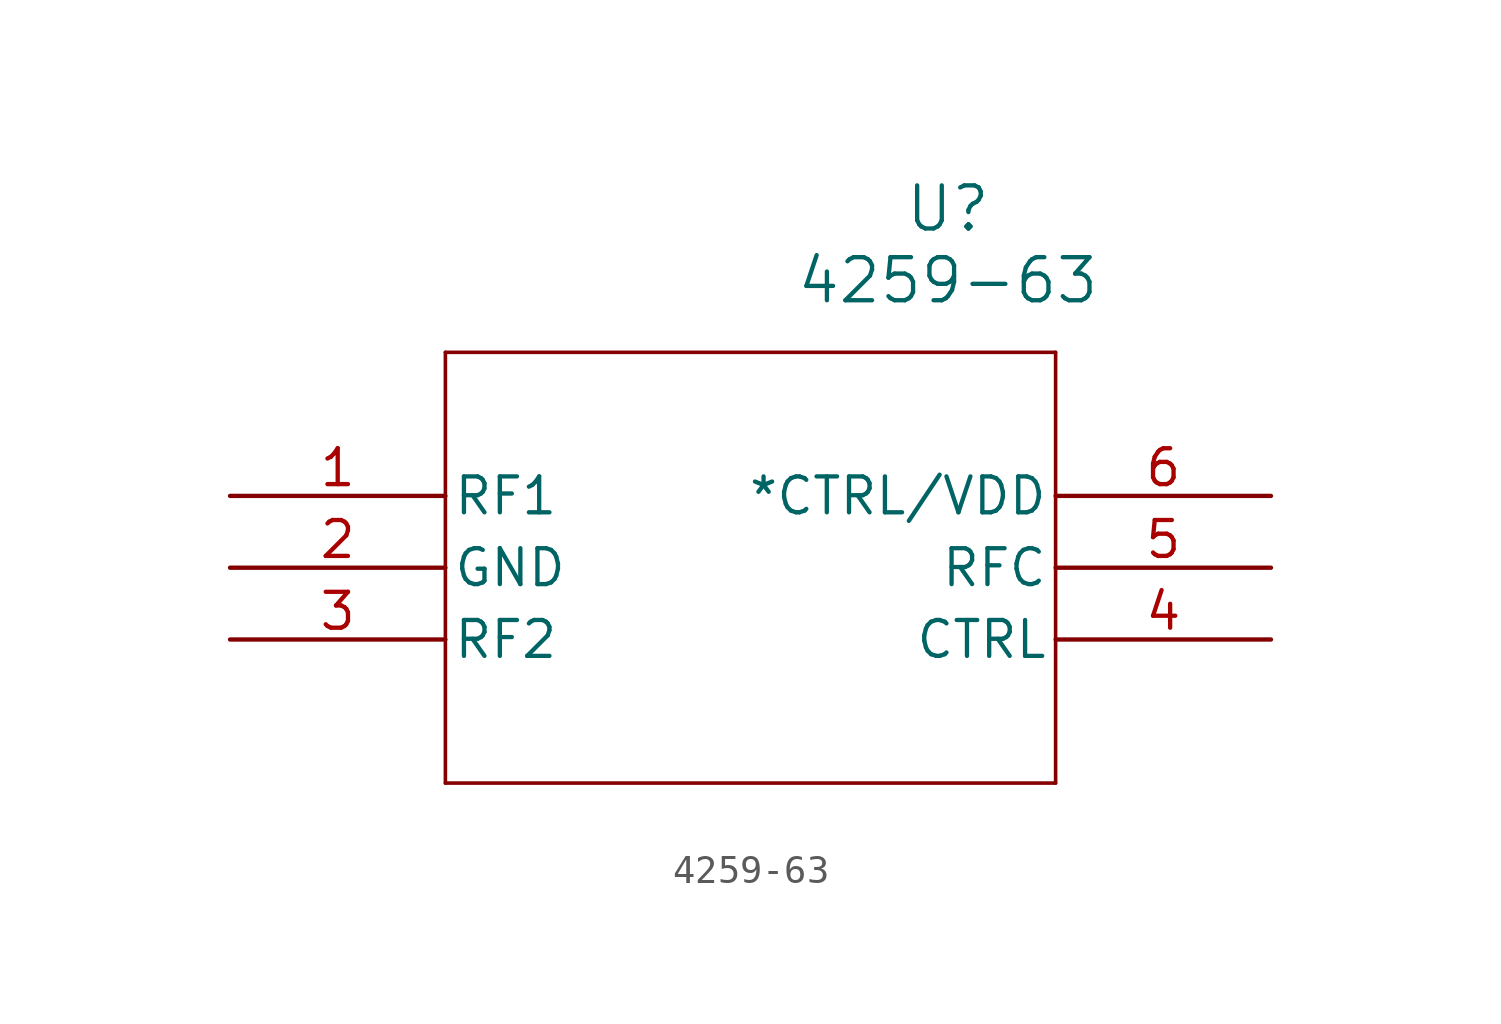
<source format=kicad_sym>
(kicad_symbol_lib
  (version 20241209)
  (generator "kicad_symbol_editor")
  (generator_version "9.0")
  (symbol "4259-63"
    (pin_names
      (offset 0.254))
    (property "Reference" "U"
      (at 25.4 10.16 0)
      (effects (font (size 1.524 1.524))))
    (property "Value" "4259-63"
      (at 25.4 7.62 0)
      (effects (font (size 1.524 1.524))))
    (property "ki_locked" ""
      (at 0 0 0)
      (effects (font (size 1.27 1.27))))
    (symbol "4259-63_0_1"
      (polyline (pts (xy 7.62 5.08) (xy 7.62 -10.16)) (stroke (width 0.127) (type default)) (fill (type none)))
      (polyline (pts (xy 7.62 -10.16) (xy 29.21 -10.16)) (stroke (width 0.127) (type default)) (fill (type none)))
      (polyline (pts (xy 29.21 5.08) (xy 7.62 5.08)) (stroke (width 0.127) (type default)) (fill (type none)))
      (polyline (pts (xy 29.21 -10.16) (xy 29.21 5.08)) (stroke (width 0.127) (type default)) (fill (type none)))
      (pin bidirectional line (at 0 0 0) (length 7.62) (name "RF1" (effects (font (size 1.27 1.27)))) (number "1" (effects (font (size 1.27 1.27)))))
      (pin power_out line (at 0 -2.54 0) (length 7.62) (name "GND" (effects (font (size 1.27 1.27)))) (number "2" (effects (font (size 1.27 1.27)))))
      (pin bidirectional line (at 0 -5.08 0) (length 7.62) (name "RF2" (effects (font (size 1.27 1.27)))) (number "3" (effects (font (size 1.27 1.27)))))
      (pin power_in line (at 36.83 0 180) (length 7.62) (name "*CTRL/VDD" (effects (font (size 1.27 1.27)))) (number "6" (effects (font (size 1.27 1.27)))))
      (pin unspecified line (at 36.83 -2.54 180) (length 7.62) (name "RFC" (effects (font (size 1.27 1.27)))) (number "5" (effects (font (size 1.27 1.27)))))
      (pin unspecified line (at 36.83 -5.08 180) (length 7.62) (name "CTRL" (effects (font (size 1.27 1.27)))) (number "4" (effects (font (size 1.27 1.27))))))))
</source>
